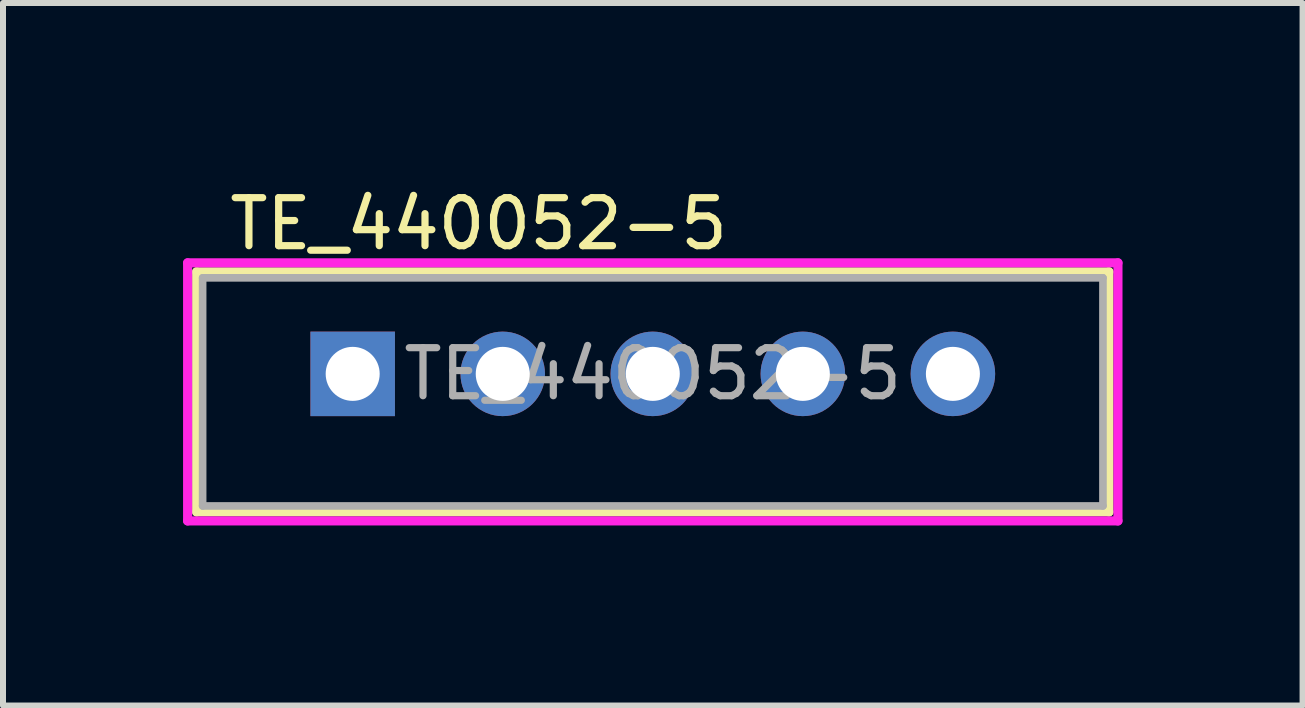
<source format=kicad_pcb>
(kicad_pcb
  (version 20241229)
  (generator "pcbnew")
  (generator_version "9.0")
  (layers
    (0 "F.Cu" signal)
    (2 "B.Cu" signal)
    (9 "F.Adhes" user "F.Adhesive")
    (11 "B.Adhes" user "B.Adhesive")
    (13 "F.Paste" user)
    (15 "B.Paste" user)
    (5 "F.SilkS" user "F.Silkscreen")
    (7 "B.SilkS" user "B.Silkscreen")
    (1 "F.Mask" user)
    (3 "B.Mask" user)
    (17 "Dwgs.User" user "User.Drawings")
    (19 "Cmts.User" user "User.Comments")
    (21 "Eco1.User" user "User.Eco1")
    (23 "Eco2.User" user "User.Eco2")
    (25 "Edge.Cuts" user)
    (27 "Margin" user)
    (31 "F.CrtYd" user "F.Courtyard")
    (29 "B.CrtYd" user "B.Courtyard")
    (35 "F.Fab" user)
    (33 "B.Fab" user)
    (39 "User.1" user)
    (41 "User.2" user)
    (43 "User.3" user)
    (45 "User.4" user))
  (footprint "TE_440052-5"
    (layer "F.Cu")
    (at 7.826 3.179)
    (property "Reference" "TE_440052-5" (at -2.9 -2.5 0) (layer "F.SilkS") (effects (font (size 0.8 0.8) (thickness 0.12))))
    (attr through_hole)
    (fp_line (start -7.6 -1.7) (end 7.6 -1.7) (stroke (width 0.152) (type solid)) (layer "F.SilkS"))
    (fp_line (start -7.6 2.3) (end -7.6 -1.7) (stroke (width 0.152) (type solid)) (layer "F.SilkS"))
    (fp_line (start 7.6 -1.7) (end 7.6 2.3) (stroke (width 0.152) (type solid)) (layer "F.SilkS"))
    (fp_line (start 7.6 2.3) (end -7.6 2.3) (stroke (width 0.152) (type solid)) (layer "F.SilkS"))
    (fp_line (start -7.75 -1.85) (end 7.75 -1.85) (stroke (width 0.152) (type solid)) (layer "F.CrtYd"))
    (fp_line (start -7.75 2.45) (end -7.75 -1.85) (stroke (width 0.152) (type solid)) (layer "F.CrtYd"))
    (fp_line (start 7.75 -1.85) (end 7.75 2.45) (stroke (width 0.152) (type solid)) (layer "F.CrtYd"))
    (fp_line (start 7.75 2.45) (end -7.75 2.45) (stroke (width 0.152) (type solid)) (layer "F.CrtYd"))
    (fp_line (start -7.5 -1.6) (end 7.5 -1.6) (stroke (width 0.127) (type solid)) (layer "F.Fab"))
    (fp_line (start -7.5 2.2) (end -7.5 -1.6) (stroke (width 0.127) (type solid)) (layer "F.Fab"))
    (fp_line (start 7.5 -1.6) (end 7.5 2.2) (stroke (width 0.127) (type solid)) (layer "F.Fab"))
    (fp_line (start 7.5 2.2) (end -7.5 2.2) (stroke (width 0.127) (type solid)) (layer "F.Fab"))
    (fp_text user "${REFERENCE}" (at 0 0 0) (layer "F.Fab") (effects (font (size 0.8 0.8) (thickness 0.12))))
    (pad "1" thru_hole rect (at -5 0) (size 1.408 1.408) (drill 0.9) (layers "*.Cu" "*.Mask"))
    (pad "2" thru_hole circle (at -2.5 0) (size 1.408 1.408) (drill 0.9) (layers "*.Cu" "*.Mask"))
    (pad "3" thru_hole circle (at 0 0) (size 1.408 1.408) (drill 0.9) (layers "*.Cu" "*.Mask"))
    (pad "4" thru_hole circle (at 2.5 0) (size 1.408 1.408) (drill 0.9) (layers "*.Cu" "*.Mask"))
    (pad "5" thru_hole circle (at 5 0) (size 1.408 1.408) (drill 0.9) (layers "*.Cu" "*.Mask")))
  (gr_rect
    (start -3 -3)
    (end 18.652 8.705)
    (stroke (width 0.1) (type default))
    (fill no)
    (layer "Edge.Cuts")))
</source>
